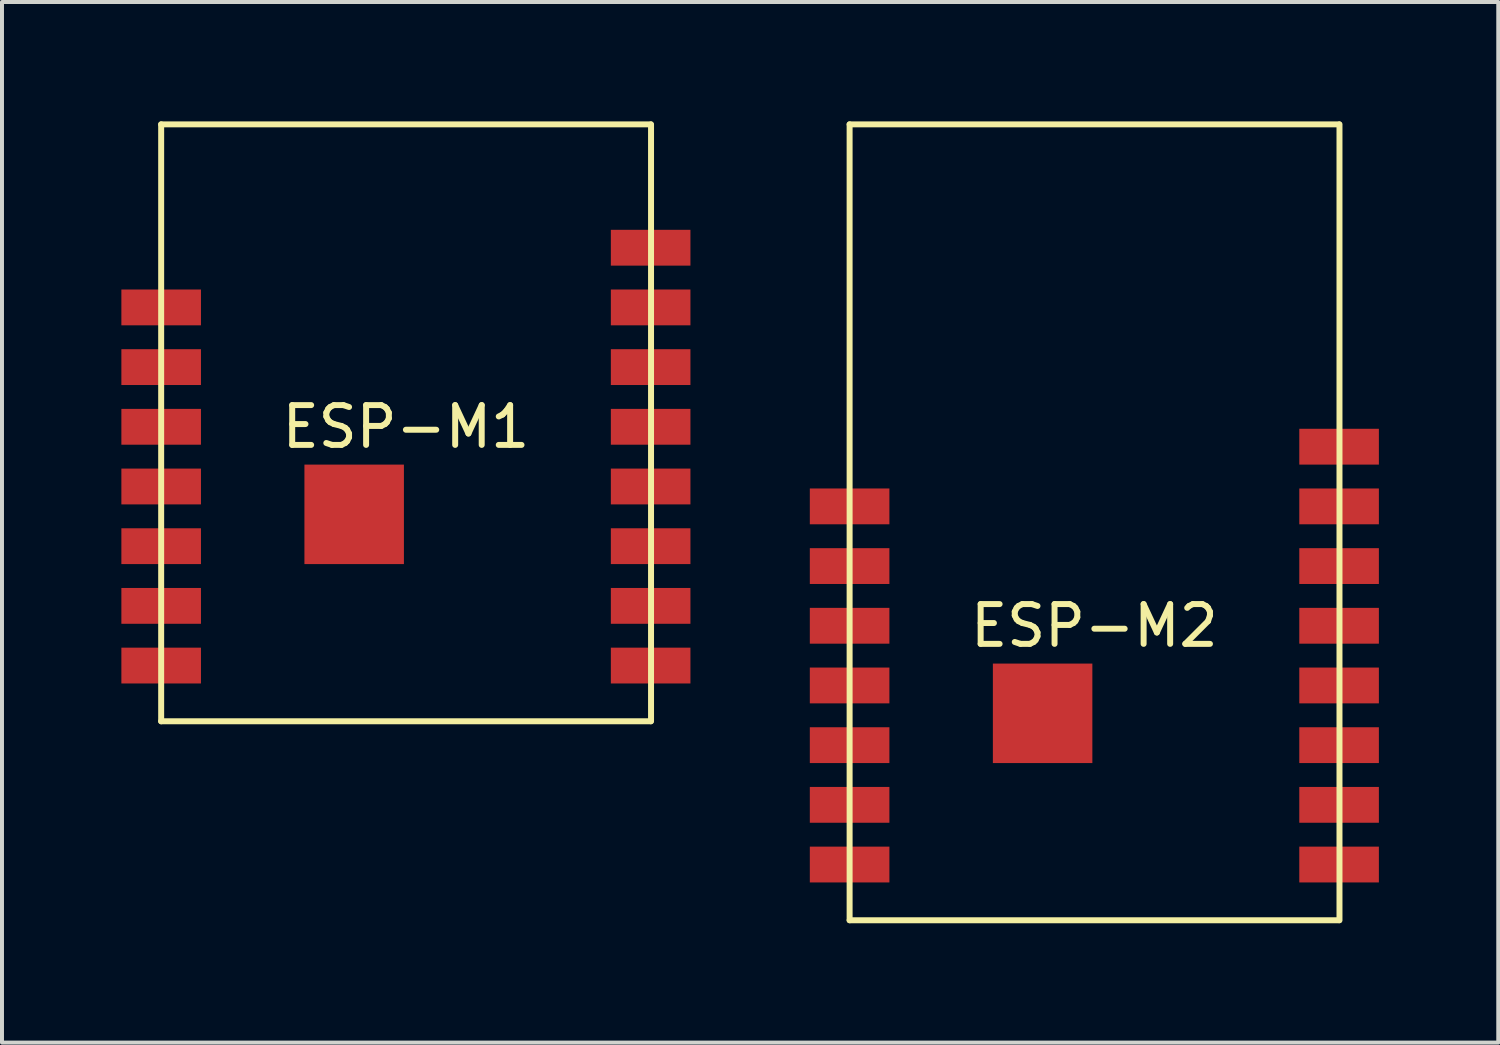
<source format=kicad_pcb>
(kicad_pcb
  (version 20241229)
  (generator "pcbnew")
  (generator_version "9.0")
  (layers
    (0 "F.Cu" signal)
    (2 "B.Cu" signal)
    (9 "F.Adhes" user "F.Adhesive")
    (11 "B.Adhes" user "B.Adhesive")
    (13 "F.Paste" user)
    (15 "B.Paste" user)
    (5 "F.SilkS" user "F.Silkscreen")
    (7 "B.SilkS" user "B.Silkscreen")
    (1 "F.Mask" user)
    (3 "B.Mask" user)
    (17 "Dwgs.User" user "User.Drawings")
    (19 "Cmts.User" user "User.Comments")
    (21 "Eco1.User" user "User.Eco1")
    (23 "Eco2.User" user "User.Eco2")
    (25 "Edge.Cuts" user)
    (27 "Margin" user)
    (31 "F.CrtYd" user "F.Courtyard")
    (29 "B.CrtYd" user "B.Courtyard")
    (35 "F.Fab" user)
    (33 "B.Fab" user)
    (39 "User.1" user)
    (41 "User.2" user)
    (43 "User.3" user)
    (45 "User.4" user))
  (footprint "ESP-M2"
    (layer "F.Cu")
    (at 24.45 12.675)
    (property "Reference" "ESP-M2" (at 0 0 0) (layer "F.SilkS") (effects (font (size 1 1) (thickness 0.15))))
    (attr through_hole)
    (fp_line (start -6.15 -12.6) (end 6.15 -12.6) (stroke (width 0.15) (type solid)) (layer "F.SilkS"))
    (fp_line (start -6.15 7.4) (end -6.15 -12.6) (stroke (width 0.15) (type solid)) (layer "F.SilkS"))
    (fp_line (start 6.15 7.4) (end -6.15 7.4) (stroke (width 0.15) (type solid)) (layer "F.SilkS"))
    (fp_line (start 6.16 7.4) (end 6.16 -12.6) (stroke (width 0.15) (type solid)) (layer "F.SilkS"))
    (pad "1" smd rect (at -6.15 -3 90) (size 0.9 2) (layers "F.Cu" "F.Mask" "F.Paste"))
    (pad "2" smd rect (at -6.15 -1.5 90) (size 0.9 2) (layers "F.Cu" "F.Mask" "F.Paste"))
    (pad "3" smd rect (at -6.15 0 90) (size 0.9 2) (layers "F.Cu" "F.Mask" "F.Paste"))
    (pad "4" smd rect (at -6.15 1.5 90) (size 0.9 2) (layers "F.Cu" "F.Mask" "F.Paste"))
    (pad "5" smd rect (at -6.15 3 90) (size 0.9 2) (layers "F.Cu" "F.Mask" "F.Paste"))
    (pad "6" smd rect (at -6.15 4.5 90) (size 0.9 2) (layers "F.Cu" "F.Mask" "F.Paste"))
    (pad "7" smd rect (at -6.15 6 90) (size 0.9 2) (layers "F.Cu" "F.Mask" "F.Paste"))
    (pad "8" smd rect (at 6.15 6 90) (size 0.9 2) (layers "F.Cu" "F.Mask" "F.Paste"))
    (pad "9" smd rect (at 6.15 4.5 90) (size 0.9 2) (layers "F.Cu" "F.Mask" "F.Paste"))
    (pad "10" smd rect (at 6.15 3 90) (size 0.9 2) (layers "F.Cu" "F.Mask" "F.Paste"))
    (pad "11" smd rect (at 6.15 1.5 90) (size 0.9 2) (layers "F.Cu" "F.Mask" "F.Paste"))
    (pad "12" smd rect (at 6.15 0 90) (size 0.9 2) (layers "F.Cu" "F.Mask" "F.Paste"))
    (pad "13" smd rect (at 6.15 -1.5 90) (size 0.9 2) (layers "F.Cu" "F.Mask" "F.Paste"))
    (pad "14" smd rect (at 6.15 -3 90) (size 0.9 2) (layers "F.Cu" "F.Mask" "F.Paste"))
    (pad "15" smd rect (at 6.15 -4.5 90) (size 0.9 2) (layers "F.Cu" "F.Mask" "F.Paste"))
    (pad "16" smd rect (at -1.3 2.2 90) (size 2.5 2.5) (layers "F.Cu" "F.Mask" "F.Paste")))
  (footprint "ESP-M1"
    (layer "F.Cu")
    (at 7.15 7.675)
    (property "Reference" "ESP-M1" (at 0 0 0) (layer "F.SilkS") (effects (font (size 1 1) (thickness 0.15))))
    (attr through_hole)
    (fp_line (start -6.15 -7.6) (end 6.15 -7.6) (stroke (width 0.15) (type solid)) (layer "F.SilkS"))
    (fp_line (start -6.15 7.4) (end -6.15 -7.6) (stroke (width 0.15) (type solid)) (layer "F.SilkS"))
    (fp_line (start 6.15 7.4) (end -6.15 7.4) (stroke (width 0.15) (type solid)) (layer "F.SilkS"))
    (fp_line (start 6.16 7.4) (end 6.16 -7.6) (stroke (width 0.15) (type solid)) (layer "F.SilkS"))
    (pad "1" smd rect (at -6.15 -3 90) (size 0.9 2) (layers "F.Cu" "F.Mask" "F.Paste"))
    (pad "2" smd rect (at -6.15 -1.5 90) (size 0.9 2) (layers "F.Cu" "F.Mask" "F.Paste"))
    (pad "3" smd rect (at -6.15 0 90) (size 0.9 2) (layers "F.Cu" "F.Mask" "F.Paste"))
    (pad "4" smd rect (at -6.15 1.5 90) (size 0.9 2) (layers "F.Cu" "F.Mask" "F.Paste"))
    (pad "5" smd rect (at -6.15 3 90) (size 0.9 2) (layers "F.Cu" "F.Mask" "F.Paste"))
    (pad "6" smd rect (at -6.15 4.5 90) (size 0.9 2) (layers "F.Cu" "F.Mask" "F.Paste"))
    (pad "7" smd rect (at -6.15 6 90) (size 0.9 2) (layers "F.Cu" "F.Mask" "F.Paste"))
    (pad "8" smd rect (at 6.15 6 90) (size 0.9 2) (layers "F.Cu" "F.Mask" "F.Paste"))
    (pad "9" smd rect (at 6.15 4.5 90) (size 0.9 2) (layers "F.Cu" "F.Mask" "F.Paste"))
    (pad "10" smd rect (at 6.15 3 90) (size 0.9 2) (layers "F.Cu" "F.Mask" "F.Paste"))
    (pad "11" smd rect (at 6.15 1.5 90) (size 0.9 2) (layers "F.Cu" "F.Mask" "F.Paste"))
    (pad "12" smd rect (at 6.15 0 90) (size 0.9 2) (layers "F.Cu" "F.Mask" "F.Paste"))
    (pad "13" smd rect (at 6.15 -1.5 90) (size 0.9 2) (layers "F.Cu" "F.Mask" "F.Paste"))
    (pad "14" smd rect (at 6.15 -3 90) (size 0.9 2) (layers "F.Cu" "F.Mask" "F.Paste"))
    (pad "15" smd rect (at 6.15 -4.5 90) (size 0.9 2) (layers "F.Cu" "F.Mask" "F.Paste"))
    (pad "16" smd rect (at -1.3 2.2 90) (size 2.5 2.5) (layers "F.Cu" "F.Mask" "F.Paste")))
  (gr_rect
    (start -3 -3)
    (end 34.6 23.15)
    (stroke (width 0.1) (type default))
    (fill no)
    (layer "Edge.Cuts")))
</source>
